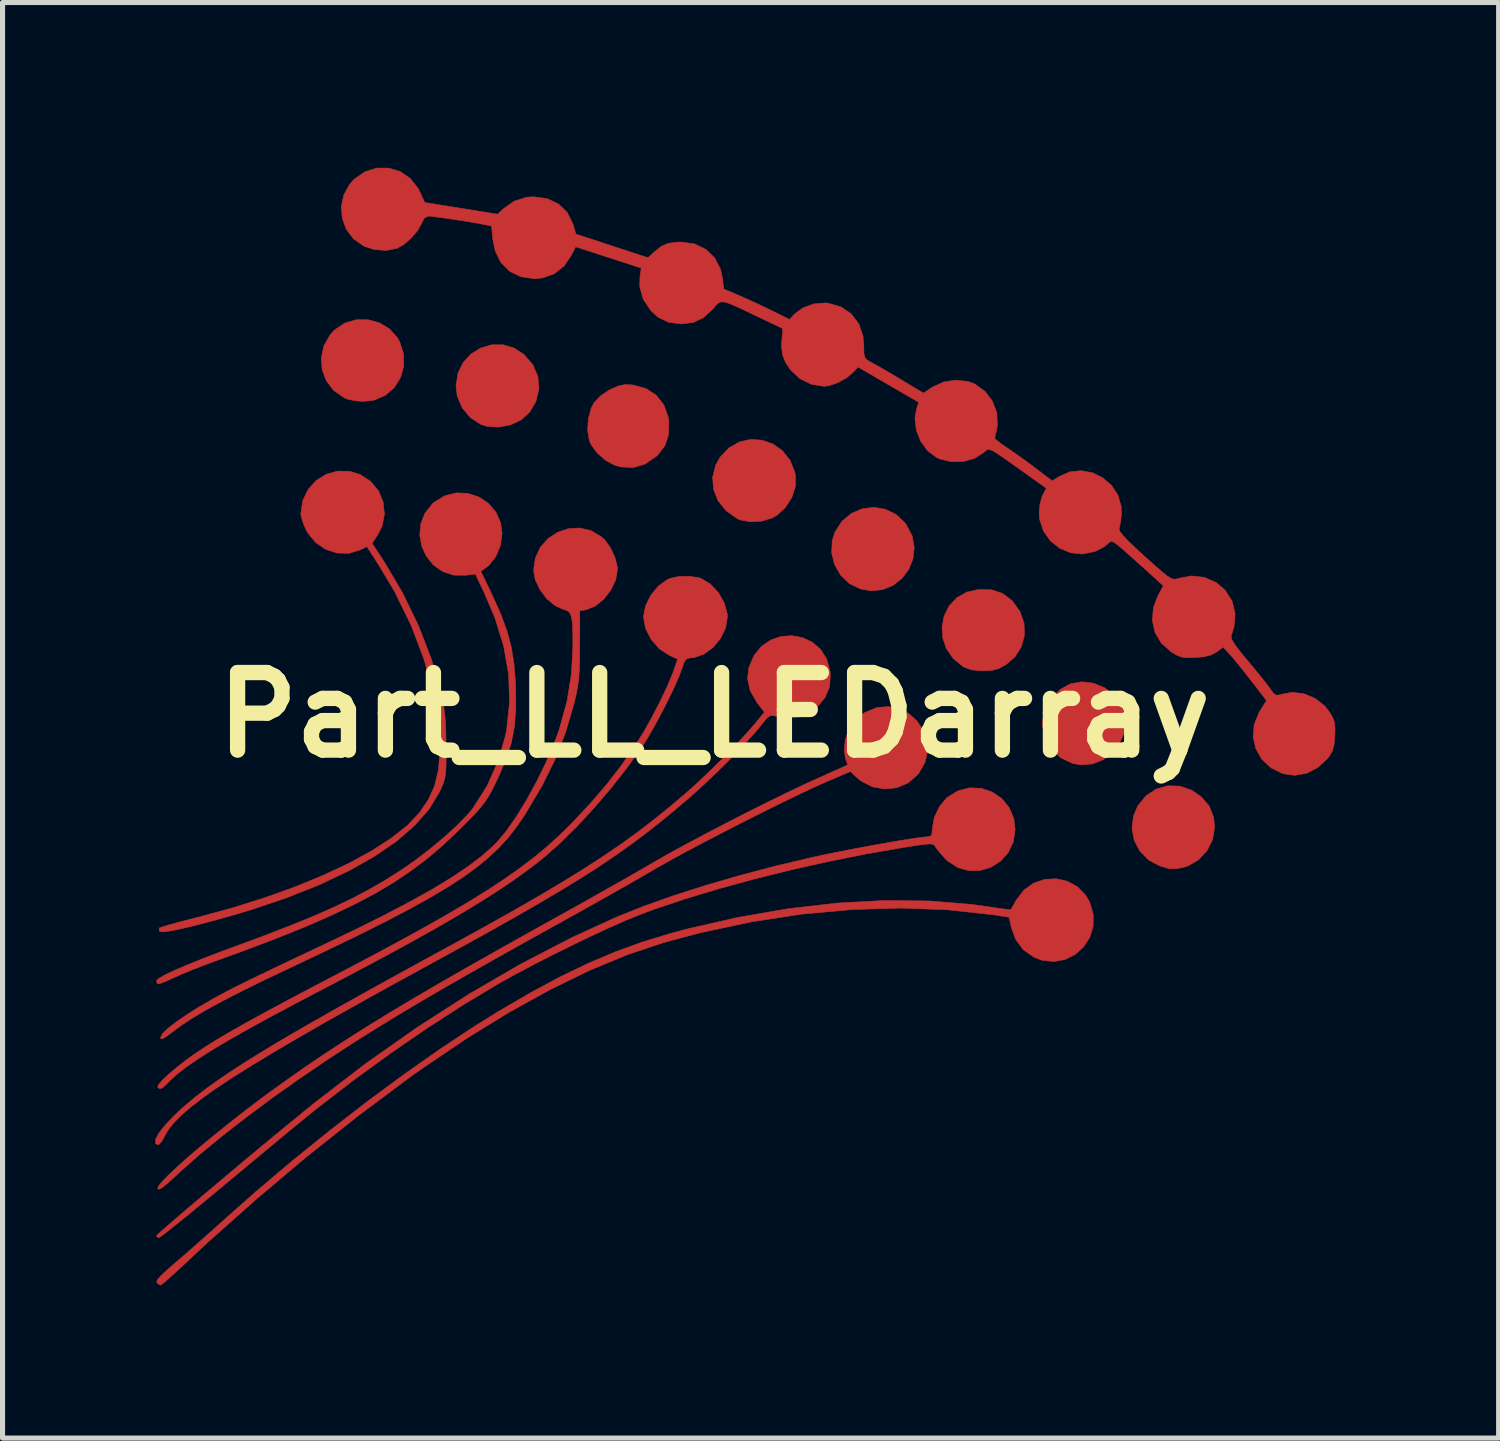
<source format=kicad_pcb>
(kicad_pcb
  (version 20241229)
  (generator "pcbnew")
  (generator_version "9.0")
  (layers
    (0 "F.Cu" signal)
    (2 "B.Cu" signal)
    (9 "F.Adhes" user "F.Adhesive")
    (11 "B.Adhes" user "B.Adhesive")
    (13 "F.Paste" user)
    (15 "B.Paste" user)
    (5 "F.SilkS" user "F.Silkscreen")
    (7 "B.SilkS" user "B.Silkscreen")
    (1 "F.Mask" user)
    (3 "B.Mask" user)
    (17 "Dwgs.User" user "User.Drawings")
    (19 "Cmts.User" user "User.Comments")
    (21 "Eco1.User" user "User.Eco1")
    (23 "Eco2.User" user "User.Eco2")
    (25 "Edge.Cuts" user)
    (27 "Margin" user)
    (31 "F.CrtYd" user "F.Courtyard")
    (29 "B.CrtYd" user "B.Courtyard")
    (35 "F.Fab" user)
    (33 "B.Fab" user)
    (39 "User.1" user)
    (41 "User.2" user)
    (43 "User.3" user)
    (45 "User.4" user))
  (footprint "Part_LL_LEDarray"
    (layer "F.Cu")
    (at 10.979 10.995)
    (property "Reference" "Part_LL_LEDarray" (at 0 0 0) (layer "F.SilkS") (effects (font (size 1.524 1.524) (thickness 0.3))))
    (attr through_hole)
    (fp_poly (pts (xy -3.925 -7.206) (xy -3.736 -7.082) (xy -3.561 -6.878) (xy -3.463 -6.648) (xy -3.443 -6.404) (xy -3.502 -6.16) (xy -3.622 -5.953) (xy -3.785 -5.802) (xy -3.996 -5.701) (xy -4.23 -5.655) (xy -4.461 -5.67) (xy -4.586 -5.71) (xy -4.795 -5.846) (xy -4.953 -6.039) (xy -5.049 -6.27) (xy -5.072 -6.464) (xy -5.034 -6.712) (xy -4.932 -6.923) (xy -4.778 -7.091) (xy -4.588 -7.209) (xy -4.373 -7.272) (xy -4.148 -7.273) (xy -3.925 -7.206)) (stroke (width 0.01) (type solid)) (fill yes) (layer "F.Cu"))
    (fp_poly (pts (xy 3.363 -4.042) (xy 3.574 -3.939) (xy 3.754 -3.767) (xy 3.769 -3.747) (xy 3.886 -3.524) (xy 3.929 -3.294) (xy 3.905 -3.071) (xy 3.823 -2.864) (xy 3.691 -2.687) (xy 3.517 -2.549) (xy 3.309 -2.463) (xy 3.075 -2.44) (xy 2.873 -2.476) (xy 2.655 -2.582) (xy 2.483 -2.747) (xy 2.365 -2.954) (xy 2.307 -3.186) (xy 2.318 -3.426) (xy 2.373 -3.597) (xy 2.512 -3.809) (xy 2.696 -3.961) (xy 2.909 -4.052) (xy 3.137 -4.08) (xy 3.363 -4.042)) (stroke (width 0.01) (type solid)) (fill yes) (layer "F.Cu"))
    (fp_poly (pts (xy -6.574 -7.703) (xy -6.374 -7.582) (xy -6.218 -7.405) (xy -6.179 -7.335) (xy -6.102 -7.09) (xy -6.098 -6.849) (xy -6.162 -6.626) (xy -6.284 -6.432) (xy -6.457 -6.282) (xy -6.674 -6.187) (xy -6.891 -6.159) (xy -7.052 -6.172) (xy -7.203 -6.205) (xy -7.264 -6.228) (xy -7.472 -6.373) (xy -7.618 -6.563) (xy -7.701 -6.783) (xy -7.718 -7.017) (xy -7.668 -7.25) (xy -7.547 -7.465) (xy -7.458 -7.563) (xy -7.259 -7.698) (xy -7.034 -7.764) (xy -6.799 -7.765) (xy -6.574 -7.703)) (stroke (width 0.01) (type solid)) (fill yes) (layer "F.Cu"))
    (fp_poly (pts (xy 0.939 -5.399) (xy 1.151 -5.325) (xy 1.338 -5.194) (xy 1.486 -5.01) (xy 1.582 -4.775) (xy 1.596 -4.711) (xy 1.595 -4.494) (xy 1.526 -4.276) (xy 1.4 -4.078) (xy 1.23 -3.922) (xy 1.134 -3.869) (xy 0.927 -3.807) (xy 0.708 -3.795) (xy 0.51 -3.832) (xy 0.452 -3.858) (xy 0.231 -4.015) (xy 0.074 -4.211) (xy -0.014 -4.434) (xy -0.031 -4.67) (xy 0.027 -4.906) (xy 0.117 -5.066) (xy 0.292 -5.25) (xy 0.496 -5.365) (xy 0.717 -5.414) (xy 0.939 -5.399)) (stroke (width 0.01) (type solid)) (fill yes) (layer "F.Cu"))
    (fp_poly (pts (xy 7.451 -0.626) (xy 7.671 -0.535) (xy 7.863 -0.381) (xy 7.944 -0.282) (xy 8.048 -0.067) (xy 8.078 0.155) (xy 8.044 0.372) (xy 7.953 0.574) (xy 7.814 0.747) (xy 7.636 0.88) (xy 7.429 0.961) (xy 7.2 0.979) (xy 7.035 0.948) (xy 6.803 0.838) (xy 6.621 0.666) (xy 6.498 0.448) (xy 6.445 0.196) (xy 6.444 0.149) (xy 6.484 -0.082) (xy 6.602 -0.302) (xy 6.788 -0.497) (xy 6.792 -0.5) (xy 6.994 -0.612) (xy 7.22 -0.653) (xy 7.451 -0.626)) (stroke (width 0.01) (type solid)) (fill yes) (layer "F.Cu"))
    (fp_poly (pts (xy 9.146 1.397) (xy 9.38 1.477) (xy 9.563 1.603) (xy 9.724 1.789) (xy 9.809 2.005) (xy 9.829 2.203) (xy 9.79 2.444) (xy 9.681 2.663) (xy 9.516 2.842) (xy 9.308 2.963) (xy 9.245 2.984) (xy 9.075 3.02) (xy 8.93 3.016) (xy 8.765 2.969) (xy 8.755 2.966) (xy 8.529 2.845) (xy 8.359 2.671) (xy 8.249 2.46) (xy 8.206 2.226) (xy 8.235 1.984) (xy 8.319 1.786) (xy 8.481 1.586) (xy 8.682 1.454) (xy 8.908 1.39) (xy 9.146 1.397)) (stroke (width 0.01) (type solid)) (fill yes) (layer "F.Cu"))
    (fp_poly (pts (xy 5.452 -2.459) (xy 5.668 -2.387) (xy 5.854 -2.244) (xy 5.855 -2.243) (xy 6.006 -2.034) (xy 6.086 -1.804) (xy 6.094 -1.568) (xy 6.034 -1.341) (xy 5.905 -1.139) (xy 5.729 -0.989) (xy 5.591 -0.913) (xy 5.459 -0.877) (xy 5.289 -0.867) (xy 5.28 -0.867) (xy 5.058 -0.886) (xy 4.899 -0.943) (xy 4.895 -0.946) (xy 4.696 -1.108) (xy 4.561 -1.302) (xy 4.488 -1.516) (xy 4.475 -1.736) (xy 4.517 -1.949) (xy 4.614 -2.142) (xy 4.763 -2.302) (xy 4.96 -2.414) (xy 5.191 -2.466) (xy 5.452 -2.459)) (stroke (width 0.01) (type solid)) (fill yes) (layer "F.Cu"))
    (fp_poly (pts (xy -1.614 -6.485) (xy -1.594 -6.483) (xy -1.341 -6.414) (xy -1.136 -6.28) (xy -0.987 -6.089) (xy -0.903 -5.85) (xy -0.891 -5.758) (xy -0.897 -5.503) (xy -0.966 -5.294) (xy -1.104 -5.113) (xy -1.135 -5.084) (xy -1.357 -4.931) (xy -1.59 -4.861) (xy -1.837 -4.874) (xy -1.956 -4.908) (xy -2.138 -5.005) (xy -2.302 -5.15) (xy -2.421 -5.315) (xy -2.452 -5.387) (xy -2.486 -5.589) (xy -2.473 -5.814) (xy -2.418 -6.023) (xy -2.36 -6.136) (xy -2.241 -6.262) (xy -2.074 -6.377) (xy -2.034 -6.398) (xy -1.882 -6.464) (xy -1.756 -6.49) (xy -1.614 -6.485)) (stroke (width 0.01) (type solid)) (fill yes) (layer "F.Cu"))
    (fp_poly (pts (xy -7.157 -4.787) (xy -6.955 -4.724) (xy -6.744 -4.586) (xy -6.591 -4.398) (xy -6.501 -4.178) (xy -6.478 -3.94) (xy -6.527 -3.702) (xy -6.611 -3.537) (xy -6.72 -3.372) (xy -6.488 -3.019) (xy -6.126 -2.409) (xy -5.812 -1.762) (xy -5.557 -1.102) (xy -5.388 -0.521) (xy -5.339 -0.305) (xy -5.306 -0.116) (xy -5.284 0.072) (xy -5.273 0.288) (xy -5.268 0.557) (xy -5.268 0.594) (xy -5.266 0.839) (xy -5.268 1.018) (xy -5.277 1.149) (xy -5.293 1.25) (xy -5.321 1.341) (xy -5.363 1.439) (xy -5.401 1.519) (xy -5.599 1.846) (xy -5.878 2.165) (xy -6.236 2.475) (xy -6.671 2.774) (xy -7.178 3.061) (xy -7.754 3.333) (xy -8.399 3.59) (xy -9.107 3.828) (xy -9.47 3.936) (xy -9.872 4.048) (xy -10.214 4.137) (xy -10.492 4.203) (xy -10.7 4.244) (xy -10.837 4.26) (xy -10.897 4.25) (xy -10.898 4.248) (xy -10.904 4.191) (xy -10.897 4.182) (xy -10.85 4.164) (xy -10.734 4.129) (xy -10.563 4.082) (xy -10.351 4.026) (xy -10.15 3.975) (xy -9.475 3.792) (xy -8.833 3.59) (xy -8.229 3.374) (xy -7.671 3.144) (xy -7.165 2.906) (xy -6.717 2.661) (xy -6.335 2.413) (xy -6.023 2.165) (xy -5.79 1.919) (xy -5.789 1.918) (xy -5.613 1.659) (xy -5.49 1.384) (xy -5.417 1.079) (xy -5.389 0.732) (xy -5.405 0.326) (xy -5.414 0.235) (xy -5.517 -0.422) (xy -5.699 -1.091) (xy -5.954 -1.763) (xy -6.279 -2.427) (xy -6.588 -2.945) (xy -6.822 -3.309) (xy -6.953 -3.243) (xy -7.176 -3.176) (xy -7.408 -3.182) (xy -7.632 -3.255) (xy -7.83 -3.389) (xy -7.984 -3.577) (xy -8.011 -3.626) (xy -8.072 -3.767) (xy -8.112 -3.894) (xy -8.12 -3.955) (xy -8.083 -4.209) (xy -7.978 -4.428) (xy -7.821 -4.604) (xy -7.623 -4.728) (xy -7.398 -4.792) (xy -7.157 -4.787)) (stroke (width 0.01) (type solid)) (fill yes) (layer "F.Cu"))
    (fp_poly (pts (xy 6.938 3.265) (xy 7.137 3.375) (xy 7.301 3.545) (xy 7.376 3.676) (xy 7.446 3.919) (xy 7.443 4.153) (xy 7.376 4.369) (xy 7.255 4.555) (xy 7.091 4.703) (xy 6.892 4.803) (xy 6.67 4.843) (xy 6.434 4.816) (xy 6.285 4.759) (xy 6.073 4.612) (xy 5.921 4.407) (xy 5.84 4.183) (xy 5.79 3.971) (xy 5.47 3.923) (xy 4.588 3.826) (xy 3.661 3.792) (xy 2.702 3.821) (xy 1.721 3.911) (xy 0.729 4.063) (xy -0.262 4.274) (xy -0.996 4.47) (xy -1.703 4.707) (xy -2.447 5.015) (xy -3.224 5.394) (xy -4.031 5.84) (xy -4.863 6.352) (xy -5.716 6.928) (xy -6.025 7.148) (xy -7.003 7.88) (xy -7.996 8.668) (xy -8.978 9.495) (xy -9.928 10.34) (xy -10.319 10.703) (xy -10.493 10.866) (xy -10.647 11.006) (xy -10.768 11.114) (xy -10.847 11.181) (xy -10.873 11.198) (xy -10.926 11.173) (xy -10.929 11.17) (xy -10.948 11.142) (xy -10.944 11.107) (xy -10.908 11.056) (xy -10.832 10.979) (xy -10.708 10.867) (xy -10.527 10.71) (xy -10.523 10.707) (xy -10.311 10.523) (xy -10.074 10.314) (xy -9.844 10.11) (xy -9.687 9.968) (xy -9 9.359) (xy -8.283 8.753) (xy -7.549 8.16) (xy -6.811 7.589) (xy -6.081 7.05) (xy -5.37 6.552) (xy -4.691 6.103) (xy -4.226 5.815) (xy -3.605 5.453) (xy -3.029 5.144) (xy -2.482 4.88) (xy -1.948 4.654) (xy -1.411 4.459) (xy -0.855 4.289) (xy -0.522 4.2) (xy 0.474 3.973) (xy 1.454 3.804) (xy 2.412 3.694) (xy 3.339 3.643) (xy 4.226 3.652) (xy 5.067 3.721) (xy 5.421 3.771) (xy 5.593 3.797) (xy 5.73 3.815) (xy 5.812 3.824) (xy 5.828 3.823) (xy 5.851 3.782) (xy 5.901 3.692) (xy 5.933 3.635) (xy 6.084 3.437) (xy 6.275 3.302) (xy 6.492 3.228) (xy 6.717 3.216) (xy 6.938 3.265)) (stroke (width 0.01) (type solid)) (fill yes) (layer "F.Cu"))
    (fp_poly (pts (xy -4.837 -4.354) (xy -4.623 -4.283) (xy -4.435 -4.158) (xy -4.287 -3.986) (xy -4.194 -3.773) (xy -4.167 -3.561) (xy -4.2 -3.328) (xy -4.289 -3.114) (xy -4.421 -2.945) (xy -4.467 -2.907) (xy -4.584 -2.822) (xy -4.364 -2.363) (xy -4.196 -1.991) (xy -4.073 -1.66) (xy -3.988 -1.343) (xy -3.934 -1.014) (xy -3.904 -0.647) (xy -3.899 -0.528) (xy -3.897 -0.125) (xy -3.924 0.223) (xy -3.985 0.545) (xy -4.087 0.865) (xy -4.235 1.212) (xy -4.274 1.292) (xy -4.355 1.458) (xy -4.428 1.591) (xy -4.505 1.708) (xy -4.597 1.825) (xy -4.717 1.958) (xy -4.877 2.121) (xy -5.025 2.269) (xy -5.32 2.549) (xy -5.623 2.808) (xy -5.943 3.05) (xy -6.286 3.281) (xy -6.66 3.504) (xy -7.074 3.722) (xy -7.533 3.941) (xy -8.047 4.164) (xy -8.623 4.396) (xy -9.267 4.639) (xy -9.793 4.83) (xy -10.026 4.916) (xy -10.259 5.007) (xy -10.466 5.093) (xy -10.621 5.162) (xy -10.627 5.165) (xy -10.766 5.229) (xy -10.874 5.271) (xy -10.931 5.282) (xy -10.934 5.281) (xy -10.957 5.223) (xy -10.917 5.179) (xy -10.802 5.111) (xy -10.614 5.021) (xy -10.36 4.911) (xy -10.043 4.784) (xy -9.669 4.641) (xy -9.389 4.538) (xy -8.814 4.325) (xy -8.31 4.13) (xy -7.866 3.949) (xy -7.472 3.775) (xy -7.117 3.605) (xy -6.791 3.434) (xy -6.482 3.256) (xy -6.181 3.067) (xy -6.11 3.02) (xy -5.835 2.826) (xy -5.556 2.61) (xy -5.289 2.386) (xy -5.05 2.168) (xy -4.855 1.969) (xy -4.74 1.832) (xy -4.462 1.393) (xy -4.246 0.91) (xy -4.1 0.405) (xy -4.078 0.29) (xy -4.02 -0.257) (xy -4.039 -0.803) (xy -4.136 -1.355) (xy -4.311 -1.919) (xy -4.517 -2.401) (xy -4.693 -2.77) (xy -4.878 -2.745) (xy -5.122 -2.748) (xy -5.336 -2.819) (xy -5.515 -2.946) (xy -5.653 -3.115) (xy -5.744 -3.314) (xy -5.784 -3.53) (xy -5.765 -3.75) (xy -5.684 -3.961) (xy -5.533 -4.151) (xy -5.5 -4.18) (xy -5.289 -4.309) (xy -5.064 -4.364) (xy -4.837 -4.354)) (stroke (width 0.01) (type solid)) (fill yes) (layer "F.Cu"))
    (fp_poly (pts (xy -2.424 -3.624) (xy -2.221 -3.505) (xy -2.148 -3.438) (xy -2.036 -3.283) (xy -1.948 -3.093) (xy -1.903 -2.908) (xy -1.9 -2.856) (xy -1.935 -2.654) (xy -2.031 -2.453) (xy -2.17 -2.275) (xy -2.337 -2.14) (xy -2.511 -2.07) (xy -2.64 -2.046) (xy -2.641 -1.361) (xy -2.642 -1.086) (xy -2.649 -0.871) (xy -2.663 -0.695) (xy -2.686 -0.535) (xy -2.72 -0.365) (xy -2.757 -0.213) (xy -2.919 0.339) (xy -3.122 0.864) (xy -3.377 1.382) (xy -3.694 1.917) (xy -3.755 2.012) (xy -3.901 2.222) (xy -4.058 2.421) (xy -4.234 2.612) (xy -4.433 2.799) (xy -4.66 2.986) (xy -4.921 3.176) (xy -5.222 3.372) (xy -5.567 3.578) (xy -5.963 3.798) (xy -6.415 4.035) (xy -6.928 4.293) (xy -7.507 4.574) (xy -8.158 4.883) (xy -8.293 4.947) (xy -8.816 5.195) (xy -9.266 5.416) (xy -9.649 5.612) (xy -9.97 5.787) (xy -10.236 5.944) (xy -10.452 6.086) (xy -10.54 6.15) (xy -10.692 6.263) (xy -10.789 6.332) (xy -10.843 6.362) (xy -10.867 6.361) (xy -10.872 6.334) (xy -10.872 6.328) (xy -10.836 6.258) (xy -10.733 6.157) (xy -10.572 6.032) (xy -10.364 5.888) (xy -10.117 5.733) (xy -9.841 5.573) (xy -9.545 5.413) (xy -9.403 5.341) (xy -9.209 5.245) (xy -8.957 5.122) (xy -8.662 4.981) (xy -8.343 4.828) (xy -8.016 4.674) (xy -7.752 4.55) (xy -7.092 4.235) (xy -6.508 3.945) (xy -5.996 3.677) (xy -5.549 3.429) (xy -5.165 3.196) (xy -4.839 2.978) (xy -4.566 2.771) (xy -4.342 2.572) (xy -4.262 2.492) (xy -4.081 2.275) (xy -3.885 1.994) (xy -3.685 1.667) (xy -3.49 1.311) (xy -3.31 0.944) (xy -3.154 0.584) (xy -3.046 0.291) (xy -2.892 -0.265) (xy -2.804 -0.809) (xy -2.776 -1.355) (xy -2.778 -1.611) (xy -2.785 -1.795) (xy -2.802 -1.92) (xy -2.833 -1.999) (xy -2.879 -2.045) (xy -2.945 -2.07) (xy -2.961 -2.074) (xy -3.131 -2.15) (xy -3.292 -2.288) (xy -3.426 -2.466) (xy -3.517 -2.662) (xy -3.548 -2.839) (xy -3.513 -3.085) (xy -3.414 -3.296) (xy -3.264 -3.466) (xy -3.077 -3.589) (xy -2.866 -3.661) (xy -2.644 -3.674) (xy -2.424 -3.624)) (stroke (width 0.01) (type solid)) (fill yes) (layer "F.Cu"))
    (fp_poly (pts (xy -0.316 -2.701) (xy -0.26 -2.684) (xy -0.077 -2.574) (xy 0.082 -2.405) (xy 0.198 -2.201) (xy 0.256 -1.986) (xy 0.259 -1.925) (xy 0.223 -1.709) (xy 0.125 -1.505) (xy -0.02 -1.329) (xy -0.198 -1.198) (xy -0.392 -1.128) (xy -0.476 -1.121) (xy -0.543 -1.103) (xy -0.591 -1.037) (xy -0.624 -0.941) (xy -0.682 -0.781) (xy -0.774 -0.569) (xy -0.891 -0.323) (xy -1.024 -0.061) (xy -1.162 0.196) (xy -1.296 0.43) (xy -1.413 0.615) (xy -1.695 1.012) (xy -2.014 1.42) (xy -2.355 1.819) (xy -2.702 2.195) (xy -3.041 2.529) (xy -3.356 2.806) (xy -3.358 2.807) (xy -3.626 3.016) (xy -3.921 3.229) (xy -4.249 3.451) (xy -4.616 3.684) (xy -5.027 3.932) (xy -5.488 4.199) (xy -6.006 4.488) (xy -6.585 4.802) (xy -7.233 5.146) (xy -7.655 5.367) (xy -8.233 5.67) (xy -8.74 5.941) (xy -9.179 6.182) (xy -9.556 6.396) (xy -9.876 6.587) (xy -10.144 6.758) (xy -10.365 6.91) (xy -10.543 7.048) (xy -10.684 7.174) (xy -10.742 7.234) (xy -10.834 7.322) (xy -10.894 7.342) (xy -10.932 7.311) (xy -10.915 7.26) (xy -10.838 7.17) (xy -10.707 7.047) (xy -10.532 6.901) (xy -10.376 6.78) (xy -10.209 6.659) (xy -10.015 6.53) (xy -9.787 6.387) (xy -9.518 6.229) (xy -9.203 6.05) (xy -8.835 5.848) (xy -8.408 5.618) (xy -7.914 5.357) (xy -7.57 5.177) (xy -6.895 4.823) (xy -6.29 4.499) (xy -5.75 4.204) (xy -5.27 3.932) (xy -4.842 3.681) (xy -4.462 3.446) (xy -4.123 3.223) (xy -3.819 3.009) (xy -3.544 2.8) (xy -3.293 2.593) (xy -3.06 2.382) (xy -2.837 2.165) (xy -2.777 2.103) (xy -2.411 1.711) (xy -2.096 1.343) (xy -1.813 0.975) (xy -1.542 0.583) (xy -1.53 0.565) (xy -1.375 0.315) (xy -1.215 0.028) (xy -1.061 -0.27) (xy -0.925 -0.557) (xy -0.819 -0.809) (xy -0.783 -0.909) (xy -0.719 -1.099) (xy -0.875 -1.169) (xy -1.076 -1.299) (xy -1.238 -1.483) (xy -1.348 -1.699) (xy -1.389 -1.924) (xy -1.389 -1.934) (xy -1.35 -2.142) (xy -1.248 -2.35) (xy -1.1 -2.53) (xy -0.924 -2.659) (xy -0.868 -2.684) (xy -0.701 -2.72) (xy -0.501 -2.726) (xy -0.316 -2.701)) (stroke (width 0.01) (type solid)) (fill yes) (layer "F.Cu"))
    (fp_poly (pts (xy 1.734 -1.521) (xy 1.925 -1.432) (xy 2.088 -1.292) (xy 2.209 -1.102) (xy 2.275 -0.863) (xy 2.282 -0.793) (xy 2.265 -0.554) (xy 2.179 -0.345) (xy 2.017 -0.153) (xy 1.94 -0.088) (xy 1.835 -0.012) (xy 1.737 0.028) (xy 1.609 0.042) (xy 1.517 0.043) (xy 1.363 0.039) (xy 1.234 0.027) (xy 1.171 0.014) (xy 1.104 0.011) (xy 1.033 0.062) (xy 0.968 0.141) (xy 0.809 0.335) (xy 0.6 0.567) (xy 0.354 0.825) (xy 0.085 1.092) (xy -0.191 1.355) (xy -0.46 1.598) (xy -0.51 1.641) (xy -0.804 1.891) (xy -1.09 2.125) (xy -1.377 2.349) (xy -1.67 2.567) (xy -1.977 2.783) (xy -2.305 3.003) (xy -2.661 3.229) (xy -3.053 3.468) (xy -3.487 3.724) (xy -3.971 4.001) (xy -4.512 4.305) (xy -5.116 4.638) (xy -5.538 4.869) (xy -6.3 5.286) (xy -6.989 5.668) (xy -7.609 6.016) (xy -8.163 6.334) (xy -8.654 6.622) (xy -9.085 6.883) (xy -9.461 7.119) (xy -9.783 7.332) (xy -10.055 7.525) (xy -10.281 7.699) (xy -10.464 7.857) (xy -10.607 8.001) (xy -10.713 8.132) (xy -10.786 8.253) (xy -10.788 8.257) (xy -10.861 8.388) (xy -10.918 8.443) (xy -10.965 8.425) (xy -10.974 8.412) (xy -10.974 8.335) (xy -10.912 8.218) (xy -10.796 8.069) (xy -10.635 7.896) (xy -10.435 7.707) (xy -10.204 7.512) (xy -9.962 7.326) (xy -9.751 7.176) (xy -9.521 7.019) (xy -9.267 6.854) (xy -8.983 6.676) (xy -8.665 6.482) (xy -8.307 6.271) (xy -7.903 6.038) (xy -7.45 5.781) (xy -6.94 5.496) (xy -6.37 5.18) (xy -5.734 4.831) (xy -5.235 4.559) (xy -4.584 4.201) (xy -4.002 3.876) (xy -3.48 3.577) (xy -3.012 3.299) (xy -2.588 3.039) (xy -2.203 2.789) (xy -1.846 2.547) (xy -1.512 2.306) (xy -1.192 2.061) (xy -0.879 1.808) (xy -0.566 1.544) (xy -0.328 1.331) (xy -0.068 1.083) (xy 0.198 0.82) (xy 0.45 0.56) (xy 0.671 0.32) (xy 0.825 0.141) (xy 0.986 -0.056) (xy 0.839 -0.247) (xy 0.706 -0.479) (xy 0.655 -0.717) (xy 0.68 -0.931) (xy 0.781 -1.169) (xy 0.929 -1.35) (xy 1.11 -1.474) (xy 1.314 -1.544) (xy 1.526 -1.559) (xy 1.734 -1.521)) (stroke (width 0.01) (type solid)) (fill yes) (layer "F.Cu"))
    (fp_poly (pts (xy 3.633 -0.124) (xy 3.824 -0.026) (xy 3.983 0.117) (xy 4.103 0.294) (xy 4.174 0.495) (xy 4.19 0.711) (xy 4.141 0.93) (xy 4.018 1.145) (xy 3.995 1.172) (xy 3.808 1.334) (xy 3.587 1.428) (xy 3.347 1.453) (xy 3.108 1.41) (xy 2.886 1.298) (xy 2.792 1.219) (xy 2.676 1.109) (xy 2.241 1.294) (xy 2.003 1.399) (xy 1.706 1.538) (xy 1.363 1.704) (xy 0.989 1.889) (xy 0.597 2.086) (xy 0.204 2.287) (xy -0.179 2.486) (xy -0.535 2.674) (xy -0.851 2.846) (xy -1.112 2.993) (xy -1.178 3.031) (xy -1.385 3.152) (xy -1.65 3.304) (xy -1.958 3.479) (xy -2.291 3.667) (xy -2.635 3.86) (xy -2.973 4.048) (xy -3.062 4.097) (xy -3.727 4.466) (xy -4.325 4.801) (xy -4.864 5.106) (xy -5.352 5.386) (xy -5.797 5.646) (xy -6.207 5.89) (xy -6.591 6.125) (xy -6.956 6.353) (xy -7.31 6.58) (xy -7.643 6.799) (xy -8.175 7.161) (xy -8.7 7.534) (xy -9.203 7.909) (xy -9.672 8.274) (xy -10.094 8.621) (xy -10.454 8.939) (xy -10.47 8.954) (xy -10.643 9.113) (xy -10.765 9.22) (xy -10.845 9.285) (xy -10.894 9.313) (xy -10.921 9.312) (xy -10.931 9.302) (xy -10.914 9.252) (xy -10.836 9.156) (xy -10.705 9.023) (xy -10.527 8.856) (xy -10.31 8.663) (xy -10.059 8.45) (xy -9.783 8.222) (xy -9.487 7.985) (xy -9.18 7.746) (xy -8.869 7.511) (xy -8.765 7.434) (xy -8.403 7.173) (xy -8.038 6.917) (xy -7.663 6.663) (xy -7.272 6.407) (xy -6.856 6.143) (xy -6.409 5.868) (xy -5.924 5.578) (xy -5.395 5.268) (xy -4.813 4.935) (xy -4.173 4.573) (xy -3.467 4.178) (xy -3.168 4.012) (xy -2.824 3.821) (xy -2.477 3.627) (xy -2.14 3.437) (xy -1.826 3.26) (xy -1.55 3.102) (xy -1.324 2.972) (xy -1.199 2.899) (xy -0.922 2.74) (xy -0.584 2.555) (xy -0.201 2.351) (xy 0.209 2.137) (xy 0.63 1.921) (xy 1.047 1.713) (xy 1.442 1.52) (xy 1.799 1.35) (xy 2.024 1.248) (xy 2.622 0.98) (xy 2.579 0.858) (xy 2.555 0.692) (xy 2.574 0.494) (xy 2.631 0.301) (xy 2.678 0.207) (xy 2.768 0.1) (xy 2.897 -0.008) (xy 2.962 -0.051) (xy 3.194 -0.146) (xy 3.421 -0.167) (xy 3.633 -0.124)) (stroke (width 0.01) (type solid)) (fill yes) (layer "F.Cu"))
    (fp_poly (pts (xy 5.245 1.44) (xy 5.459 1.511) (xy 5.646 1.638) (xy 5.792 1.814) (xy 5.885 2.032) (xy 5.911 2.245) (xy 5.875 2.492) (xy 5.775 2.703) (xy 5.625 2.87) (xy 5.437 2.989) (xy 5.226 3.054) (xy 5.005 3.059) (xy 4.787 2.998) (xy 4.585 2.867) (xy 4.538 2.822) (xy 4.442 2.715) (xy 4.366 2.621) (xy 4.345 2.588) (xy 4.324 2.557) (xy 4.294 2.539) (xy 4.24 2.532) (xy 4.148 2.538) (xy 4.004 2.557) (xy 3.796 2.589) (xy 3.71 2.603) (xy 2.995 2.726) (xy 2.258 2.874) (xy 1.517 3.04) (xy 0.788 3.221) (xy 0.086 3.413) (xy -0.573 3.612) (xy -1.172 3.813) (xy -1.474 3.926) (xy -1.737 4.033) (xy -2.056 4.174) (xy -2.415 4.341) (xy -2.798 4.525) (xy -3.186 4.717) (xy -3.564 4.911) (xy -3.914 5.097) (xy -4.22 5.266) (xy -4.226 5.27) (xy -4.912 5.681) (xy -5.632 6.145) (xy -6.366 6.649) (xy -7.095 7.18) (xy -7.8 7.724) (xy -7.93 7.828) (xy -8.061 7.935) (xy -8.247 8.087) (xy -8.476 8.277) (xy -8.739 8.494) (xy -9.025 8.732) (xy -9.323 8.98) (xy -9.609 9.218) (xy -9.889 9.451) (xy -10.15 9.666) (xy -10.384 9.858) (xy -10.584 10.019) (xy -10.742 10.145) (xy -10.853 10.229) (xy -10.907 10.266) (xy -10.91 10.267) (xy -10.955 10.242) (xy -10.957 10.231) (xy -10.926 10.198) (xy -10.836 10.117) (xy -10.696 9.995) (xy -10.513 9.837) (xy -10.293 9.649) (xy -10.045 9.439) (xy -9.775 9.212) (xy -9.491 8.973) (xy -9.201 8.73) (xy -8.911 8.489) (xy -8.629 8.255) (xy -8.361 8.035) (xy -8.117 7.835) (xy -7.902 7.66) (xy -7.846 7.615) (xy -6.849 6.849) (xy -5.834 6.135) (xy -4.811 5.478) (xy -3.789 4.885) (xy -2.777 4.361) (xy -1.909 3.965) (xy -1.39 3.757) (xy -0.803 3.549) (xy -0.161 3.344) (xy 0.518 3.147) (xy 1.22 2.962) (xy 1.929 2.795) (xy 1.933 2.794) (xy 2.189 2.739) (xy 2.474 2.682) (xy 2.776 2.623) (xy 3.081 2.566) (xy 3.375 2.514) (xy 3.644 2.467) (xy 3.874 2.43) (xy 4.052 2.405) (xy 4.164 2.393) (xy 4.178 2.393) (xy 4.247 2.383) (xy 4.277 2.335) (xy 4.284 2.234) (xy 4.321 2.017) (xy 4.42 1.804) (xy 4.563 1.63) (xy 4.575 1.62) (xy 4.79 1.488) (xy 5.017 1.43) (xy 5.245 1.44)) (stroke (width 0.01) (type solid)) (fill yes) (layer "F.Cu"))
    (fp_poly (pts (xy -6.17 -10.676) (xy -5.973 -10.542) (xy -5.817 -10.346) (xy -5.778 -10.269) (xy -5.687 -10.068) (xy -4.255 -9.838) (xy -4.145 -9.941) (xy -3.927 -10.095) (xy -3.684 -10.171) (xy -3.549 -10.18) (xy -3.283 -10.144) (xy -3.06 -10.04) (xy -2.889 -9.873) (xy -2.776 -9.648) (xy -2.77 -9.628) (xy -2.716 -9.447) (xy -1.301 -8.983) (xy -1.187 -9.089) (xy -1.045 -9.203) (xy -0.905 -9.265) (xy -0.733 -9.289) (xy -0.647 -9.291) (xy -0.384 -9.254) (xy -0.162 -9.146) (xy 0.011 -8.978) (xy 0.124 -8.757) (xy 0.162 -8.583) (xy 0.187 -8.37) (xy 0.51 -8.231) (xy 0.717 -8.139) (xy 0.949 -8.031) (xy 1.156 -7.931) (xy 1.478 -7.771) (xy 1.575 -7.874) (xy 1.744 -7.999) (xy 1.958 -8.076) (xy 2.186 -8.095) (xy 2.239 -8.09) (xy 2.491 -8.017) (xy 2.693 -7.879) (xy 2.84 -7.685) (xy 2.923 -7.443) (xy 2.939 -7.247) (xy 2.941 -7.107) (xy 2.958 -7.026) (xy 2.999 -6.976) (xy 3.07 -6.935) (xy 3.159 -6.887) (xy 3.3 -6.807) (xy 3.474 -6.705) (xy 3.657 -6.596) (xy 4.11 -6.324) (xy 4.285 -6.44) (xy 4.506 -6.541) (xy 4.749 -6.579) (xy 4.987 -6.552) (xy 5.12 -6.502) (xy 5.321 -6.357) (xy 5.467 -6.162) (xy 5.551 -5.936) (xy 5.563 -5.698) (xy 5.55 -5.618) (xy 5.525 -5.51) (xy 5.512 -5.441) (xy 5.512 -5.434) (xy 5.544 -5.4) (xy 5.629 -5.334) (xy 5.749 -5.25) (xy 5.754 -5.247) (xy 5.904 -5.144) (xy 6.088 -5.014) (xy 6.271 -4.879) (xy 6.319 -4.842) (xy 6.64 -4.598) (xy 6.763 -4.679) (xy 6.98 -4.776) (xy 7.207 -4.8) (xy 7.428 -4.759) (xy 7.631 -4.66) (xy 7.803 -4.512) (xy 7.928 -4.324) (xy 7.994 -4.102) (xy 7.999 -3.941) (xy 7.983 -3.803) (xy 7.963 -3.695) (xy 7.952 -3.661) (xy 7.962 -3.616) (xy 8.021 -3.536) (xy 8.134 -3.416) (xy 8.306 -3.252) (xy 8.454 -3.117) (xy 8.649 -2.942) (xy 8.792 -2.817) (xy 8.895 -2.734) (xy 8.968 -2.687) (xy 9.022 -2.668) (xy 9.069 -2.669) (xy 9.117 -2.684) (xy 9.376 -2.732) (xy 9.63 -2.704) (xy 9.862 -2.601) (xy 10.038 -2.45) (xy 10.174 -2.235) (xy 10.232 -1.992) (xy 10.211 -1.729) (xy 10.152 -1.544) (xy 10.168 -1.48) (xy 10.243 -1.361) (xy 10.375 -1.19) (xy 10.469 -1.078) (xy 10.612 -0.907) (xy 10.745 -0.744) (xy 10.853 -0.607) (xy 10.917 -0.52) (xy 10.988 -0.424) (xy 11.045 -0.388) (xy 11.112 -0.398) (xy 11.127 -0.404) (xy 11.353 -0.447) (xy 11.587 -0.418) (xy 11.809 -0.324) (xy 11.998 -0.173) (xy 12.08 -0.067) (xy 12.149 0.05) (xy 12.184 0.15) (xy 12.195 0.269) (xy 12.191 0.412) (xy 12.176 0.581) (xy 12.145 0.699) (xy 12.089 0.799) (xy 12.048 0.853) (xy 11.857 1.031) (xy 11.635 1.144) (xy 11.399 1.185) (xy 11.172 1.153) (xy 10.937 1.038) (xy 10.757 0.87) (xy 10.639 0.663) (xy 10.587 0.431) (xy 10.606 0.188) (xy 10.702 -0.051) (xy 10.72 -0.08) (xy 10.849 -0.284) (xy 10.551 -0.671) (xy 10.418 -0.841) (xy 10.289 -1.001) (xy 10.183 -1.13) (xy 10.125 -1.196) (xy 9.997 -1.334) (xy 9.869 -1.239) (xy 9.757 -1.178) (xy 9.609 -1.143) (xy 9.456 -1.129) (xy 9.294 -1.125) (xy 9.18 -1.139) (xy 9.079 -1.179) (xy 8.978 -1.24) (xy 8.784 -1.41) (xy 8.659 -1.621) (xy 8.606 -1.859) (xy 8.627 -2.109) (xy 8.711 -2.331) (xy 8.821 -2.538) (xy 8.613 -2.729) (xy 8.481 -2.849) (xy 8.316 -2.997) (xy 8.149 -3.146) (xy 8.107 -3.184) (xy 7.967 -3.306) (xy 7.876 -3.378) (xy 7.818 -3.409) (xy 7.778 -3.405) (xy 7.742 -3.374) (xy 7.734 -3.365) (xy 7.648 -3.299) (xy 7.523 -3.232) (xy 7.474 -3.212) (xy 7.235 -3.162) (xy 7.001 -3.187) (xy 6.786 -3.276) (xy 6.604 -3.421) (xy 6.468 -3.612) (xy 6.393 -3.839) (xy 6.383 -3.972) (xy 6.397 -4.129) (xy 6.433 -4.274) (xy 6.454 -4.322) (xy 6.523 -4.455) (xy 6.049 -4.793) (xy 5.823 -4.955) (xy 5.655 -5.073) (xy 5.536 -5.152) (xy 5.453 -5.199) (xy 5.398 -5.216) (xy 5.359 -5.211) (xy 5.325 -5.187) (xy 5.29 -5.154) (xy 5.111 -5.04) (xy 4.89 -4.98) (xy 4.653 -4.976) (xy 4.426 -5.031) (xy 4.366 -5.059) (xy 4.19 -5.192) (xy 4.054 -5.381) (xy 3.969 -5.601) (xy 3.943 -5.83) (xy 3.976 -6.02) (xy 4.019 -6.142) (xy 3.422 -6.489) (xy 2.825 -6.836) (xy 2.722 -6.725) (xy 2.594 -6.62) (xy 2.429 -6.529) (xy 2.263 -6.47) (xy 2.166 -6.456) (xy 1.912 -6.495) (xy 1.682 -6.608) (xy 1.493 -6.785) (xy 1.398 -6.933) (xy 1.342 -7.075) (xy 1.324 -7.228) (xy 1.328 -7.348) (xy 1.346 -7.592) (xy 0.856 -7.825) (xy 0.606 -7.945) (xy 0.421 -8.031) (xy 0.287 -8.087) (xy 0.194 -8.114) (xy 0.128 -8.114) (xy 0.077 -8.089) (xy 0.029 -8.042) (xy -0.027 -7.974) (xy -0.211 -7.805) (xy -0.415 -7.71) (xy -0.649 -7.682) (xy -0.899 -7.715) (xy -1.107 -7.817) (xy -1.248 -7.948) (xy -1.396 -8.172) (xy -1.463 -8.414) (xy -1.459 -8.596) (xy -1.434 -8.78) (xy -2.079 -8.989) (xy -2.723 -9.198) (xy -2.797 -9.047) (xy -2.948 -8.821) (xy -3.144 -8.666) (xy -3.38 -8.584) (xy -3.534 -8.571) (xy -3.796 -8.609) (xy -4.017 -8.716) (xy -4.188 -8.887) (xy -4.302 -9.115) (xy -4.349 -9.344) (xy -4.374 -9.605) (xy -4.543 -9.64) (xy -4.679 -9.665) (xy -4.857 -9.695) (xy -5.056 -9.726) (xy -5.255 -9.756) (xy -5.43 -9.779) (xy -5.562 -9.795) (xy -5.619 -9.799) (xy -5.697 -9.759) (xy -5.747 -9.659) (xy -5.822 -9.521) (xy -5.945 -9.375) (xy -6.09 -9.247) (xy -6.229 -9.167) (xy -6.229 -9.167) (xy -6.447 -9.125) (xy -6.685 -9.145) (xy -6.882 -9.211) (xy -7.083 -9.351) (xy -7.225 -9.538) (xy -7.306 -9.755) (xy -7.324 -9.987) (xy -7.276 -10.216) (xy -7.16 -10.427) (xy -7.071 -10.525) (xy -6.859 -10.672) (xy -6.628 -10.744) (xy -6.393 -10.744) (xy -6.17 -10.676)) (stroke (width 0.01) (type solid)) (fill yes) (layer "F.Cu"))
    (fp_poly (pts (xy -4.094 -7.503) (xy -3.841 -7.432) (xy -3.613 -7.297) (xy -3.509 -7.2) (xy -3.348 -6.972) (xy -3.255 -6.719) (xy -3.228 -6.454) (xy -3.264 -6.194) (xy -3.36 -5.952) (xy -3.514 -5.743) (xy -3.724 -5.583) (xy -3.781 -5.553) (xy -4.023 -5.476) (xy -4.289 -5.45) (xy -4.545 -5.474) (xy -4.721 -5.53) (xy -4.953 -5.68) (xy -5.129 -5.884) (xy -5.245 -6.127) (xy -5.297 -6.398) (xy -5.28 -6.68) (xy -5.189 -6.961) (xy -5.043 -7.182) (xy -4.846 -7.348) (xy -4.612 -7.459) (xy -4.356 -7.511) (xy -4.094 -7.503)) (stroke (width 0.01) (type solid)) (fill yes) (layer "F.Mask"))
    (fp_poly (pts (xy 2.485 -8.273) (xy 2.7 -8.174) (xy 2.901 -8.003) (xy 3.045 -7.785) (xy 3.13 -7.534) (xy 3.156 -7.268) (xy 3.119 -7.001) (xy 3.018 -6.751) (xy 2.876 -6.557) (xy 2.693 -6.418) (xy 2.46 -6.318) (xy 2.204 -6.266) (xy 1.952 -6.267) (xy 1.819 -6.294) (xy 1.548 -6.416) (xy 1.338 -6.594) (xy 1.192 -6.826) (xy 1.114 -7.105) (xy 1.101 -7.301) (xy 1.129 -7.588) (xy 1.213 -7.822) (xy 1.36 -8.016) (xy 1.406 -8.06) (xy 1.647 -8.217) (xy 1.919 -8.307) (xy 2.205 -8.326) (xy 2.485 -8.273)) (stroke (width 0.01) (type solid)) (fill yes) (layer "F.Mask"))
    (fp_poly (pts (xy 0.913 -5.642) (xy 1.171 -5.577) (xy 1.401 -5.453) (xy 1.589 -5.274) (xy 1.666 -5.157) (xy 1.774 -4.882) (xy 1.81 -4.603) (xy 1.777 -4.333) (xy 1.679 -4.085) (xy 1.519 -3.875) (xy 1.302 -3.714) (xy 1.253 -3.689) (xy 1.011 -3.612) (xy 0.749 -3.587) (xy 0.498 -3.615) (xy 0.317 -3.679) (xy 0.113 -3.806) (xy -0.036 -3.956) (xy -0.153 -4.147) (xy -0.238 -4.399) (xy -0.255 -4.668) (xy -0.21 -4.935) (xy -0.106 -5.18) (xy 0.053 -5.383) (xy 0.135 -5.452) (xy 0.379 -5.582) (xy 0.644 -5.644) (xy 0.913 -5.642)) (stroke (width 0.01) (type solid)) (fill yes) (layer "F.Mask"))
    (fp_poly (pts (xy 3.404 -4.269) (xy 3.659 -4.163) (xy 3.867 -4) (xy 4.022 -3.788) (xy 4.117 -3.538) (xy 4.146 -3.26) (xy 4.101 -2.963) (xy 4.078 -2.891) (xy 3.957 -2.657) (xy 3.774 -2.468) (xy 3.546 -2.33) (xy 3.288 -2.251) (xy 3.015 -2.236) (xy 2.742 -2.293) (xy 2.74 -2.293) (xy 2.499 -2.421) (xy 2.308 -2.604) (xy 2.171 -2.829) (xy 2.091 -3.082) (xy 2.072 -3.347) (xy 2.116 -3.61) (xy 2.228 -3.857) (xy 2.341 -4.006) (xy 2.512 -4.14) (xy 2.736 -4.242) (xy 2.982 -4.298) (xy 3.111 -4.307) (xy 3.404 -4.269)) (stroke (width 0.01) (type solid)) (fill yes) (layer "F.Mask"))
    (fp_poly (pts (xy 7.526 -0.844) (xy 7.733 -0.775) (xy 7.961 -0.626) (xy 8.132 -0.424) (xy 8.242 -0.184) (xy 8.288 0.082) (xy 8.266 0.359) (xy 8.171 0.633) (xy 8.138 0.698) (xy 7.976 0.902) (xy 7.759 1.056) (xy 7.506 1.153) (xy 7.233 1.187) (xy 6.958 1.151) (xy 6.909 1.136) (xy 6.648 1.011) (xy 6.445 0.826) (xy 6.305 0.589) (xy 6.232 0.306) (xy 6.223 0.147) (xy 6.261 -0.145) (xy 6.371 -0.406) (xy 6.544 -0.625) (xy 6.774 -0.788) (xy 6.845 -0.821) (xy 7.045 -0.87) (xy 7.283 -0.877) (xy 7.526 -0.844)) (stroke (width 0.01) (type solid)) (fill yes) (layer "F.Mask"))
    (fp_poly (pts (xy 9.212 1.174) (xy 9.48 1.258) (xy 9.721 1.418) (xy 9.726 1.423) (xy 9.89 1.621) (xy 9.994 1.861) (xy 10.037 2.125) (xy 10.018 2.396) (xy 9.938 2.656) (xy 9.795 2.888) (xy 9.763 2.925) (xy 9.6 3.052) (xy 9.385 3.148) (xy 9.144 3.208) (xy 8.908 3.222) (xy 8.72 3.191) (xy 8.437 3.061) (xy 8.221 2.88) (xy 8.073 2.65) (xy 7.995 2.372) (xy 7.983 2.19) (xy 8.018 1.886) (xy 8.122 1.627) (xy 8.289 1.418) (xy 8.513 1.267) (xy 8.788 1.18) (xy 8.908 1.164) (xy 9.212 1.174)) (stroke (width 0.01) (type solid)) (fill yes) (layer "F.Mask"))
    (fp_poly (pts (xy -6.232 -10.949) (xy -5.987 -10.845) (xy -5.776 -10.678) (xy -5.621 -10.467) (xy -5.554 -10.325) (xy -5.519 -10.188) (xy -5.506 -10.019) (xy -5.506 -9.959) (xy -5.531 -9.674) (xy -5.611 -9.441) (xy -5.753 -9.242) (xy -5.806 -9.188) (xy -6.032 -9.029) (xy -6.295 -8.938) (xy -6.575 -8.916) (xy -6.857 -8.967) (xy -7.034 -9.04) (xy -7.254 -9.2) (xy -7.42 -9.414) (xy -7.525 -9.667) (xy -7.561 -9.942) (xy -7.536 -10.168) (xy -7.468 -10.399) (xy -7.372 -10.574) (xy -7.254 -10.705) (xy -7.021 -10.87) (xy -6.763 -10.964) (xy -6.495 -10.99) (xy -6.232 -10.949)) (stroke (width 0.01) (type solid)) (fill yes) (layer "F.Mask"))
    (fp_poly (pts (xy -3.264 -10.379) (xy -3.037 -10.307) (xy -2.849 -10.179) (xy -2.764 -10.093) (xy -2.656 -9.929) (xy -2.566 -9.721) (xy -2.51 -9.508) (xy -2.498 -9.386) (xy -2.523 -9.204) (xy -2.588 -8.997) (xy -2.678 -8.807) (xy -2.73 -8.729) (xy -2.913 -8.556) (xy -3.145 -8.437) (xy -3.407 -8.375) (xy -3.682 -8.374) (xy -3.95 -8.437) (xy -4.07 -8.49) (xy -4.293 -8.645) (xy -4.448 -8.847) (xy -4.539 -9.1) (xy -4.566 -9.31) (xy -4.551 -9.63) (xy -4.469 -9.9) (xy -4.324 -10.116) (xy -4.119 -10.274) (xy -3.858 -10.371) (xy -3.547 -10.402) (xy -3.264 -10.379)) (stroke (width 0.01) (type solid)) (fill yes) (layer "F.Mask"))
    (fp_poly (pts (xy -2.45 -3.873) (xy -2.201 -3.779) (xy -1.995 -3.628) (xy -1.987 -3.619) (xy -1.828 -3.395) (xy -1.731 -3.132) (xy -1.7 -2.851) (xy -1.739 -2.573) (xy -1.794 -2.422) (xy -1.947 -2.186) (xy -2.154 -2.004) (xy -2.398 -1.882) (xy -2.665 -1.825) (xy -2.938 -1.842) (xy -3.108 -1.892) (xy -3.355 -2.027) (xy -3.543 -2.214) (xy -3.667 -2.424) (xy -3.751 -2.695) (xy -3.761 -2.983) (xy -3.699 -3.265) (xy -3.568 -3.521) (xy -3.554 -3.54) (xy -3.464 -3.631) (xy -3.333 -3.73) (xy -3.245 -3.783) (xy -2.993 -3.878) (xy -2.721 -3.907) (xy -2.45 -3.873)) (stroke (width 0.01) (type solid)) (fill yes) (layer "F.Mask"))
    (fp_poly (pts (xy -0.448 -9.503) (xy -0.22 -9.446) (xy -0.125 -9.403) (xy 0.09 -9.242) (xy 0.245 -9.037) (xy 0.341 -8.8) (xy 0.378 -8.547) (xy 0.359 -8.291) (xy 0.282 -8.047) (xy 0.15 -7.829) (xy -0.038 -7.65) (xy -0.222 -7.548) (xy -0.387 -7.505) (xy -0.596 -7.487) (xy -0.816 -7.492) (xy -1.011 -7.521) (xy -1.101 -7.55) (xy -1.331 -7.691) (xy -1.504 -7.881) (xy -1.62 -8.107) (xy -1.679 -8.355) (xy -1.681 -8.612) (xy -1.625 -8.863) (xy -1.511 -9.095) (xy -1.339 -9.294) (xy -1.135 -9.434) (xy -0.937 -9.498) (xy -0.698 -9.521) (xy -0.448 -9.503)) (stroke (width 0.01) (type solid)) (fill yes) (layer "F.Mask"))
    (fp_poly (pts (xy 1.73 -1.768) (xy 2.002 -1.664) (xy 2.22 -1.494) (xy 2.383 -1.261) (xy 2.385 -1.255) (xy 2.479 -0.981) (xy 2.498 -0.703) (xy 2.448 -0.432) (xy 2.334 -0.186) (xy 2.161 0.023) (xy 1.933 0.181) (xy 1.874 0.208) (xy 1.722 0.245) (xy 1.52 0.258) (xy 1.299 0.249) (xy 1.092 0.216) (xy 1.015 0.196) (xy 0.829 0.096) (xy 0.665 -0.07) (xy 0.536 -0.283) (xy 0.453 -0.524) (xy 0.426 -0.751) (xy 0.465 -1.043) (xy 0.573 -1.298) (xy 0.739 -1.51) (xy 0.955 -1.67) (xy 1.208 -1.769) (xy 1.488 -1.8) (xy 1.73 -1.768)) (stroke (width 0.01) (type solid)) (fill yes) (layer "F.Mask"))
    (fp_poly (pts (xy -0.271 -2.923) (xy -0.023 -2.829) (xy 0.177 -2.669) (xy 0.336 -2.438) (xy 0.364 -2.381) (xy 0.447 -2.118) (xy 0.458 -1.847) (xy 0.403 -1.584) (xy 0.287 -1.345) (xy 0.117 -1.145) (xy -0.103 -1.001) (xy -0.129 -0.99) (xy -0.37 -0.92) (xy -0.623 -0.899) (xy -0.858 -0.927) (xy -0.974 -0.966) (xy -1.219 -1.112) (xy -1.402 -1.307) (xy -1.508 -1.492) (xy -1.592 -1.758) (xy -1.602 -2.03) (xy -1.546 -2.293) (xy -1.428 -2.533) (xy -1.254 -2.732) (xy -1.03 -2.877) (xy -1.007 -2.887) (xy -0.875 -2.923) (xy -0.7 -2.947) (xy -0.572 -2.953) (xy -0.271 -2.923)) (stroke (width 0.01) (type solid)) (fill yes) (layer "F.Mask"))
    (fp_poly (pts (xy 11.689 -0.634) (xy 11.942 -0.533) (xy 12.147 -0.363) (xy 12.265 -0.201) (xy 12.339 -0.069) (xy 12.381 0.044) (xy 12.399 0.172) (xy 12.403 0.345) (xy 12.37 0.659) (xy 12.272 0.92) (xy 12.108 1.127) (xy 11.881 1.279) (xy 11.707 1.345) (xy 11.477 1.396) (xy 11.27 1.394) (xy 11.048 1.343) (xy 10.788 1.223) (xy 10.589 1.046) (xy 10.453 0.814) (xy 10.382 0.529) (xy 10.371 0.345) (xy 10.375 0.168) (xy 10.394 0.041) (xy 10.437 -0.072) (xy 10.509 -0.201) (xy 10.683 -0.421) (xy 10.902 -0.57) (xy 11.169 -0.65) (xy 11.387 -0.667) (xy 11.689 -0.634)) (stroke (width 0.01) (type solid)) (fill yes) (layer "F.Mask"))
    (fp_poly (pts (xy -4.776 -4.583) (xy -4.508 -4.5) (xy -4.282 -4.345) (xy -4.104 -4.123) (xy -4.086 -4.091) (xy -4.014 -3.946) (xy -3.975 -3.816) (xy -3.961 -3.661) (xy -3.96 -3.567) (xy -3.987 -3.292) (xy -4.072 -3.056) (xy -4.225 -2.837) (xy -4.348 -2.709) (xy -4.537 -2.529) (xy -4.883 -2.53) (xy -5.09 -2.536) (xy -5.247 -2.56) (xy -5.386 -2.605) (xy -5.441 -2.63) (xy -5.686 -2.787) (xy -5.863 -2.995) (xy -5.972 -3.251) (xy -6.01 -3.553) (xy -6.01 -3.567) (xy -5.974 -3.871) (xy -5.868 -4.13) (xy -5.698 -4.339) (xy -5.47 -4.49) (xy -5.19 -4.578) (xy -5.079 -4.593) (xy -4.776 -4.583)) (stroke (width 0.01) (type solid)) (fill yes) (layer "F.Mask"))
    (fp_poly (pts (xy -1.615 -6.711) (xy -1.312 -6.655) (xy -1.064 -6.536) (xy -0.876 -6.356) (xy -0.748 -6.121) (xy -0.686 -5.831) (xy -0.679 -5.692) (xy -0.709 -5.387) (xy -0.802 -5.135) (xy -0.961 -4.932) (xy -1.191 -4.772) (xy -1.206 -4.763) (xy -1.363 -4.708) (xy -1.56 -4.671) (xy -1.764 -4.657) (xy -1.937 -4.67) (xy -1.991 -4.683) (xy -2.27 -4.81) (xy -2.48 -4.985) (xy -2.621 -5.209) (xy -2.696 -5.485) (xy -2.709 -5.692) (xy -2.68 -5.99) (xy -2.592 -6.232) (xy -2.438 -6.426) (xy -2.214 -6.582) (xy -2.127 -6.625) (xy -1.976 -6.686) (xy -1.844 -6.714) (xy -1.686 -6.715) (xy -1.615 -6.711)) (stroke (width 0.01) (type solid)) (fill yes) (layer "F.Mask"))
    (fp_poly (pts (xy 3.686 -0.351) (xy 3.972 -0.214) (xy 3.984 -0.207) (xy 4.17 -0.041) (xy 4.302 0.174) (xy 4.378 0.422) (xy 4.397 0.686) (xy 4.355 0.95) (xy 4.251 1.196) (xy 4.156 1.331) (xy 3.967 1.493) (xy 3.73 1.602) (xy 3.465 1.655) (xy 3.193 1.647) (xy 2.935 1.575) (xy 2.899 1.559) (xy 2.742 1.47) (xy 2.588 1.36) (xy 2.533 1.312) (xy 2.446 1.221) (xy 2.395 1.133) (xy 2.365 1.018) (xy 2.348 0.885) (xy 2.339 0.542) (xy 2.391 0.255) (xy 2.507 0.02) (xy 2.688 -0.166) (xy 2.827 -0.256) (xy 3.115 -0.372) (xy 3.401 -0.404) (xy 3.686 -0.351)) (stroke (width 0.01) (type solid)) (fill yes) (layer "F.Mask"))
    (fp_poly (pts (xy 5.588 -2.662) (xy 5.847 -2.558) (xy 6.053 -2.392) (xy 6.201 -2.167) (xy 6.286 -1.889) (xy 6.307 -1.638) (xy 6.268 -1.351) (xy 6.155 -1.102) (xy 5.971 -0.896) (xy 5.841 -0.804) (xy 5.716 -0.734) (xy 5.611 -0.693) (xy 5.493 -0.673) (xy 5.333 -0.668) (xy 5.272 -0.668) (xy 5.019 -0.682) (xy 4.845 -0.719) (xy 4.804 -0.737) (xy 4.572 -0.904) (xy 4.386 -1.128) (xy 4.346 -1.196) (xy 4.28 -1.389) (xy 4.252 -1.624) (xy 4.262 -1.868) (xy 4.311 -2.087) (xy 4.348 -2.175) (xy 4.514 -2.409) (xy 4.726 -2.573) (xy 4.987 -2.669) (xy 5.279 -2.698) (xy 5.588 -2.662)) (stroke (width 0.01) (type solid)) (fill yes) (layer "F.Mask"))
    (fp_poly (pts (xy 7.398 -5.006) (xy 7.667 -4.922) (xy 7.892 -4.767) (xy 8.07 -4.543) (xy 8.108 -4.473) (xy 8.193 -4.221) (xy 8.213 -3.949) (xy 8.171 -3.678) (xy 8.072 -3.43) (xy 7.917 -3.227) (xy 7.909 -3.22) (xy 7.7 -3.078) (xy 7.446 -2.989) (xy 7.172 -2.957) (xy 6.903 -2.987) (xy 6.803 -3.018) (xy 6.587 -3.121) (xy 6.424 -3.262) (xy 6.286 -3.464) (xy 6.284 -3.468) (xy 6.212 -3.614) (xy 6.174 -3.746) (xy 6.16 -3.905) (xy 6.159 -3.99) (xy 6.195 -4.294) (xy 6.3 -4.553) (xy 6.468 -4.762) (xy 6.693 -4.914) (xy 6.968 -5.001) (xy 7.088 -5.016) (xy 7.398 -5.006)) (stroke (width 0.01) (type solid)) (fill yes) (layer "F.Mask"))
    (fp_poly (pts (xy 5.01 -6.791) (xy 5.124 -6.757) (xy 5.242 -6.702) (xy 5.469 -6.542) (xy 5.639 -6.329) (xy 5.747 -6.076) (xy 5.784 -5.798) (xy 5.76 -5.574) (xy 5.666 -5.284) (xy 5.523 -5.061) (xy 5.327 -4.903) (xy 5.076 -4.809) (xy 4.766 -4.774) (xy 4.731 -4.774) (xy 4.545 -4.781) (xy 4.405 -4.806) (xy 4.275 -4.858) (xy 4.213 -4.89) (xy 3.997 -5.048) (xy 3.847 -5.252) (xy 3.759 -5.508) (xy 3.732 -5.743) (xy 3.728 -5.92) (xy 3.74 -6.048) (xy 3.774 -6.16) (xy 3.837 -6.292) (xy 3.839 -6.296) (xy 3.988 -6.515) (xy 4.175 -6.668) (xy 4.411 -6.76) (xy 4.699 -6.799) (xy 4.88 -6.803) (xy 5.01 -6.791)) (stroke (width 0.01) (type solid)) (fill yes) (layer "F.Mask"))
    (fp_poly (pts (xy 9.667 -2.93) (xy 9.929 -2.847) (xy 10.143 -2.697) (xy 10.313 -2.477) (xy 10.34 -2.429) (xy 10.408 -2.234) (xy 10.437 -1.998) (xy 10.427 -1.754) (xy 10.379 -1.537) (xy 10.342 -1.45) (xy 10.185 -1.22) (xy 9.992 -1.058) (xy 9.753 -0.961) (xy 9.459 -0.922) (xy 9.386 -0.921) (xy 9.211 -0.925) (xy 9.083 -0.945) (xy 8.968 -0.99) (xy 8.847 -1.058) (xy 8.683 -1.174) (xy 8.567 -1.308) (xy 8.5 -1.423) (xy 8.401 -1.691) (xy 8.374 -1.968) (xy 8.414 -2.238) (xy 8.517 -2.485) (xy 8.68 -2.692) (xy 8.824 -2.804) (xy 8.954 -2.875) (xy 9.078 -2.917) (xy 9.231 -2.939) (xy 9.354 -2.946) (xy 9.667 -2.93)) (stroke (width 0.01) (type solid)) (fill yes) (layer "F.Mask"))
    (fp_poly (pts (xy -7.002 -4.989) (xy -6.743 -4.882) (xy -6.532 -4.712) (xy -6.378 -4.487) (xy -6.288 -4.215) (xy -6.266 -3.99) (xy -6.273 -3.838) (xy -6.301 -3.705) (xy -6.359 -3.557) (xy -6.421 -3.43) (xy -6.502 -3.277) (xy -6.564 -3.182) (xy -6.629 -3.123) (xy -6.715 -3.084) (xy -6.814 -3.053) (xy -7.102 -2.987) (xy -7.363 -2.967) (xy -7.579 -2.994) (xy -7.626 -3.009) (xy -7.852 -3.111) (xy -8.017 -3.233) (xy -8.146 -3.396) (xy -8.218 -3.527) (xy -8.29 -3.684) (xy -8.327 -3.805) (xy -8.338 -3.927) (xy -8.331 -4.065) (xy -8.27 -4.371) (xy -8.146 -4.623) (xy -7.962 -4.819) (xy -7.724 -4.952) (xy -7.438 -5.019) (xy -7.303 -5.026) (xy -7.002 -4.989)) (stroke (width 0.01) (type solid)) (fill yes) (layer "F.Mask"))
    (fp_poly (pts (xy 5.222 1.208) (xy 5.478 1.268) (xy 5.707 1.376) (xy 5.888 1.528) (xy 5.924 1.574) (xy 6.063 1.839) (xy 6.127 2.126) (xy 6.117 2.42) (xy 6.032 2.703) (xy 5.924 2.892) (xy 5.757 3.058) (xy 5.537 3.178) (xy 5.284 3.249) (xy 5.018 3.265) (xy 4.761 3.222) (xy 4.632 3.172) (xy 4.489 3.088) (xy 4.363 2.988) (xy 4.315 2.936) (xy 4.217 2.813) (xy 4.119 2.695) (xy 4.113 2.688) (xy 4.061 2.62) (xy 4.035 2.55) (xy 4.03 2.452) (xy 4.041 2.301) (xy 4.043 2.276) (xy 4.103 1.942) (xy 4.213 1.674) (xy 4.376 1.465) (xy 4.596 1.312) (xy 4.715 1.259) (xy 4.96 1.203) (xy 5.222 1.208)) (stroke (width 0.01) (type solid)) (fill yes) (layer "F.Mask"))
    (fp_poly (pts (xy 6.902 3.011) (xy 7.141 3.104) (xy 7.35 3.252) (xy 7.515 3.456) (xy 7.56 3.541) (xy 7.639 3.796) (xy 7.656 4.068) (xy 7.614 4.337) (xy 7.517 4.579) (xy 7.367 4.774) (xy 7.36 4.781) (xy 7.136 4.933) (xy 6.872 5.022) (xy 6.591 5.046) (xy 6.313 5.003) (xy 6.145 4.938) (xy 5.97 4.832) (xy 5.834 4.701) (xy 5.722 4.524) (xy 5.62 4.285) (xy 5.611 4.26) (xy 5.541 4.043) (xy 5.51 3.886) (xy 5.518 3.771) (xy 5.565 3.684) (xy 5.593 3.655) (xy 5.676 3.562) (xy 5.761 3.442) (xy 5.773 3.424) (xy 5.941 3.222) (xy 6.153 3.08) (xy 6.394 2.998) (xy 6.648 2.976) (xy 6.902 3.011)) (stroke (width 0.01) (type solid)) (fill yes) (layer "F.Mask"))
    (fp_poly (pts (xy -6.714 -7.986) (xy -6.587 -7.966) (xy -6.472 -7.921) (xy -6.351 -7.853) (xy -6.131 -7.678) (xy -5.982 -7.459) (xy -5.901 -7.193) (xy -5.885 -6.974) (xy -5.918 -6.672) (xy -6.019 -6.42) (xy -6.188 -6.214) (xy -6.351 -6.096) (xy -6.481 -6.023) (xy -6.592 -5.982) (xy -6.717 -5.964) (xy -6.89 -5.96) (xy -6.899 -5.96) (xy -7.075 -5.968) (xy -7.233 -5.988) (xy -7.342 -6.016) (xy -7.346 -6.017) (xy -7.561 -6.15) (xy -7.748 -6.338) (xy -7.844 -6.482) (xy -7.911 -6.676) (xy -7.939 -6.911) (xy -7.929 -7.155) (xy -7.881 -7.374) (xy -7.844 -7.461) (xy -7.689 -7.691) (xy -7.496 -7.852) (xy -7.257 -7.95) (xy -6.962 -7.989) (xy -6.89 -7.99) (xy -6.714 -7.986)) (stroke (width 0.01) (type solid)) (fill yes) (layer "F.Mask")))
  (gr_rect
    (start -3 -3)
    (end 26.387 25.198)
    (stroke (width 0.1) (type default))
    (fill no)
    (layer "Edge.Cuts")))
</source>
